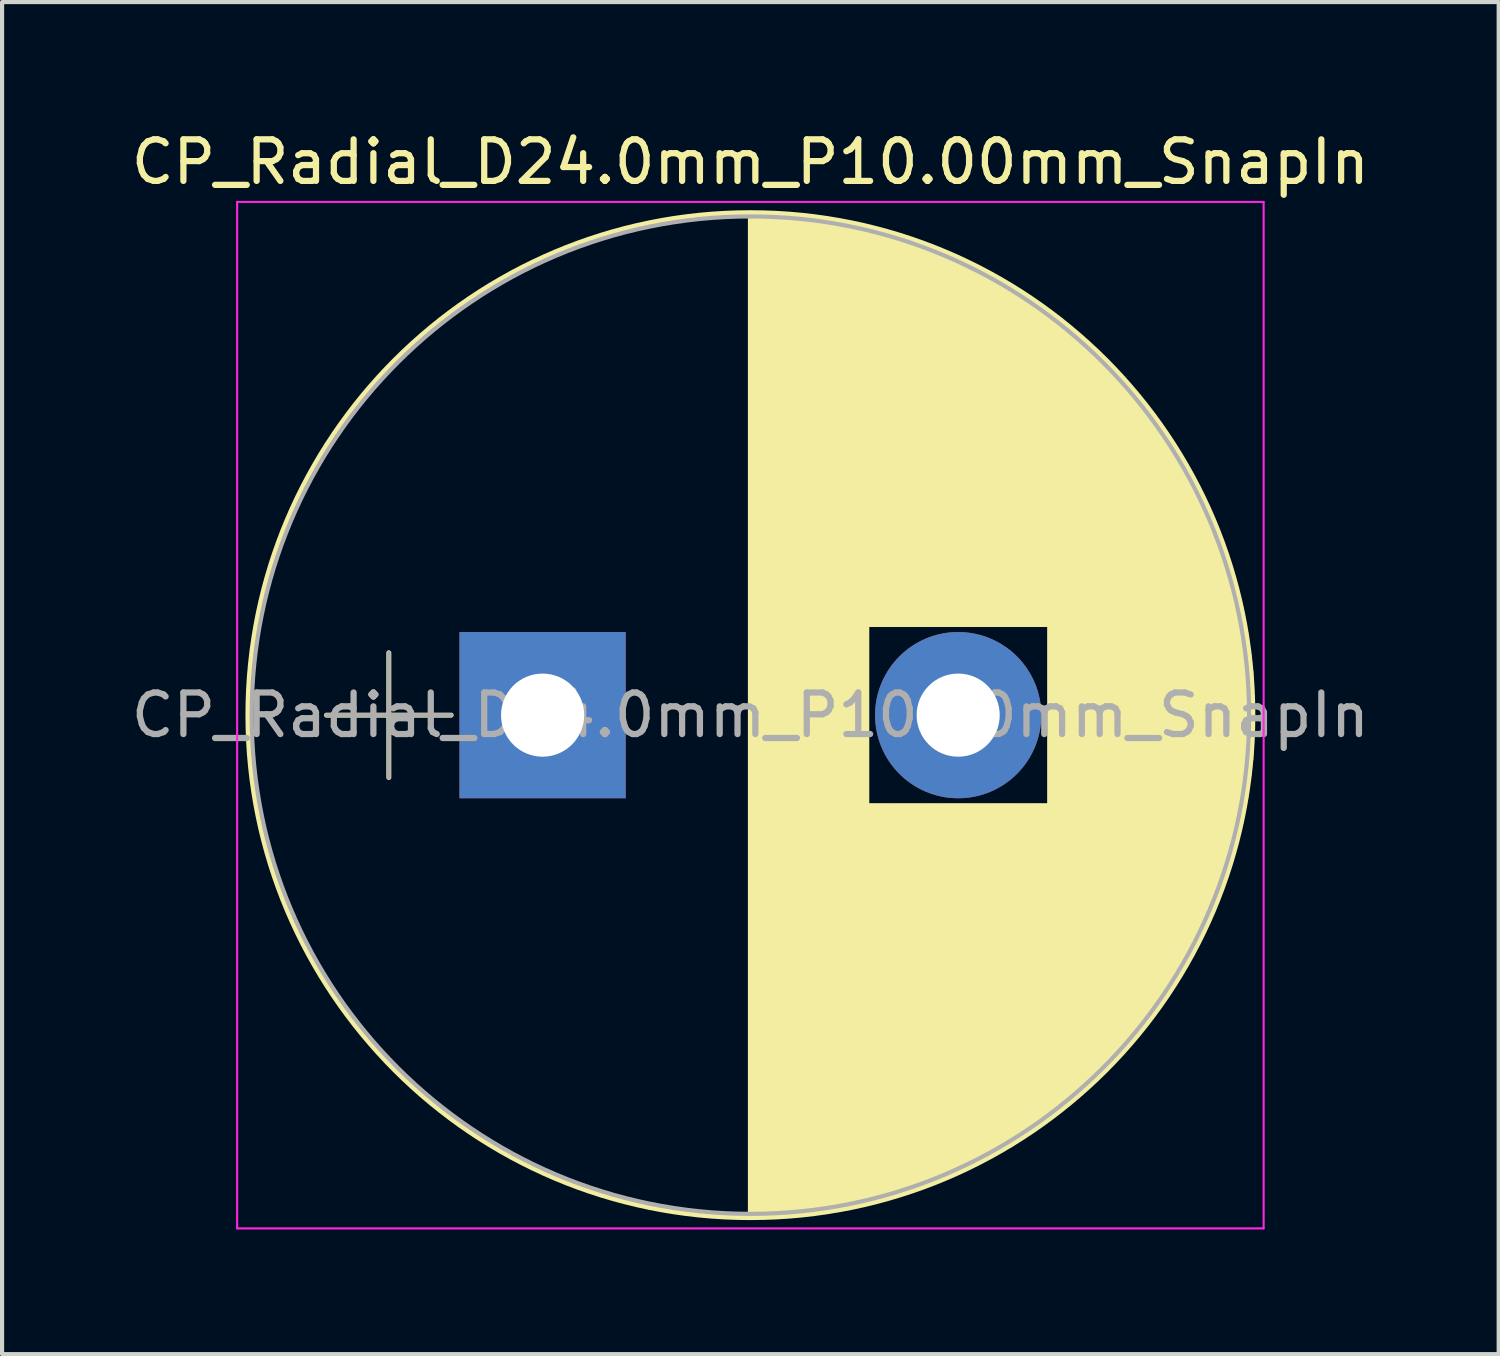
<source format=kicad_pcb>
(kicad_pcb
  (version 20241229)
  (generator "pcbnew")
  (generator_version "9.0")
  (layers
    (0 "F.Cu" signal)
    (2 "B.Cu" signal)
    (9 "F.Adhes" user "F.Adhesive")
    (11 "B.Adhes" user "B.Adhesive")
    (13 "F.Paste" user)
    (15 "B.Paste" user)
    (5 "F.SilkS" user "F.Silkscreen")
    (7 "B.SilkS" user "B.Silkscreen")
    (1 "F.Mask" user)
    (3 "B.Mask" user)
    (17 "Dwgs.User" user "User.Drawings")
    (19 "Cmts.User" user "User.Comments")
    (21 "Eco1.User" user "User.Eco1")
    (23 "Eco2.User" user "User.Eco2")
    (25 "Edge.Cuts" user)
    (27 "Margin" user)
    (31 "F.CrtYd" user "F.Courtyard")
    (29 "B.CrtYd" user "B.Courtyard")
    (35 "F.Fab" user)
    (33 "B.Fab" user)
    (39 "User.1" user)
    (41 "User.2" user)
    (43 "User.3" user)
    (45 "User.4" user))
  (footprint "CP_Radial_D24.0mm_P10.00mm_SnapIn"
    (layer "F.Cu")
    (at 10.006 14.158)
    (property "Reference" "CP_Radial_D24.0mm_P10.00mm_SnapIn" (at 5 -13.31 0) (layer "F.SilkS") (effects (font (size 1 1) (thickness 0.15))))
    (attr through_hole)
    (fp_line (start -5.2 0) (end -2.2 0) (stroke (width 0.12) (type solid)) (layer "F.SilkS"))
    (fp_line (start -3.7 -1.5) (end -3.7 1.5) (stroke (width 0.12) (type solid)) (layer "F.SilkS"))
    (fp_line (start 5 -12.05) (end 5 12.05) (stroke (width 0.12) (type solid)) (layer "F.SilkS"))
    (fp_line (start 5.04 -12.05) (end 5.04 12.05) (stroke (width 0.12) (type solid)) (layer "F.SilkS"))
    (fp_line (start 5.08 -12.05) (end 5.08 12.05) (stroke (width 0.12) (type solid)) (layer "F.SilkS"))
    (fp_line (start 5.12 -12.05) (end 5.12 12.05) (stroke (width 0.12) (type solid)) (layer "F.SilkS"))
    (fp_line (start 5.16 -12.049) (end 5.16 12.049) (stroke (width 0.12) (type solid)) (layer "F.SilkS"))
    (fp_line (start 5.2 -12.049) (end 5.2 12.049) (stroke (width 0.12) (type solid)) (layer "F.SilkS"))
    (fp_line (start 5.24 -12.048) (end 5.24 12.048) (stroke (width 0.12) (type solid)) (layer "F.SilkS"))
    (fp_line (start 5.28 -12.047) (end 5.28 12.047) (stroke (width 0.12) (type solid)) (layer "F.SilkS"))
    (fp_line (start 5.32 -12.046) (end 5.32 12.046) (stroke (width 0.12) (type solid)) (layer "F.SilkS"))
    (fp_line (start 5.36 -12.045) (end 5.36 12.045) (stroke (width 0.12) (type solid)) (layer "F.SilkS"))
    (fp_line (start 5.4 -12.044) (end 5.4 12.044) (stroke (width 0.12) (type solid)) (layer "F.SilkS"))
    (fp_line (start 5.44 -12.042) (end 5.44 12.042) (stroke (width 0.12) (type solid)) (layer "F.SilkS"))
    (fp_line (start 5.48 -12.041) (end 5.48 12.041) (stroke (width 0.12) (type solid)) (layer "F.SilkS"))
    (fp_line (start 5.52 -12.039) (end 5.52 12.039) (stroke (width 0.12) (type solid)) (layer "F.SilkS"))
    (fp_line (start 5.56 -12.038) (end 5.56 12.038) (stroke (width 0.12) (type solid)) (layer "F.SilkS"))
    (fp_line (start 5.6 -12.036) (end 5.6 12.036) (stroke (width 0.12) (type solid)) (layer "F.SilkS"))
    (fp_line (start 5.64 -12.034) (end 5.64 12.034) (stroke (width 0.12) (type solid)) (layer "F.SilkS"))
    (fp_line (start 5.68 -12.031) (end 5.68 12.031) (stroke (width 0.12) (type solid)) (layer "F.SilkS"))
    (fp_line (start 5.721 -12.029) (end 5.721 12.029) (stroke (width 0.12) (type solid)) (layer "F.SilkS"))
    (fp_line (start 5.761 -12.027) (end 5.761 12.027) (stroke (width 0.12) (type solid)) (layer "F.SilkS"))
    (fp_line (start 5.801 -12.024) (end 5.801 12.024) (stroke (width 0.12) (type solid)) (layer "F.SilkS"))
    (fp_line (start 5.841 -12.021) (end 5.841 12.021) (stroke (width 0.12) (type solid)) (layer "F.SilkS"))
    (fp_line (start 5.881 -12.018) (end 5.881 12.018) (stroke (width 0.12) (type solid)) (layer "F.SilkS"))
    (fp_line (start 5.921 -12.015) (end 5.921 12.015) (stroke (width 0.12) (type solid)) (layer "F.SilkS"))
    (fp_line (start 5.961 -12.012) (end 5.961 12.012) (stroke (width 0.12) (type solid)) (layer "F.SilkS"))
    (fp_line (start 6.001 -12.009) (end 6.001 12.009) (stroke (width 0.12) (type solid)) (layer "F.SilkS"))
    (fp_line (start 6.041 -12.006) (end 6.041 12.006) (stroke (width 0.12) (type solid)) (layer "F.SilkS"))
    (fp_line (start 6.081 -12.002) (end 6.081 12.002) (stroke (width 0.12) (type solid)) (layer "F.SilkS"))
    (fp_line (start 6.121 -11.999) (end 6.121 11.999) (stroke (width 0.12) (type solid)) (layer "F.SilkS"))
    (fp_line (start 6.161 -11.995) (end 6.161 11.995) (stroke (width 0.12) (type solid)) (layer "F.SilkS"))
    (fp_line (start 6.201 -11.991) (end 6.201 11.991) (stroke (width 0.12) (type solid)) (layer "F.SilkS"))
    (fp_line (start 6.241 -11.987) (end 6.241 11.987) (stroke (width 0.12) (type solid)) (layer "F.SilkS"))
    (fp_line (start 6.281 -11.983) (end 6.281 11.983) (stroke (width 0.12) (type solid)) (layer "F.SilkS"))
    (fp_line (start 6.321 -11.978) (end 6.321 11.978) (stroke (width 0.12) (type solid)) (layer "F.SilkS"))
    (fp_line (start 6.361 -11.974) (end 6.361 11.974) (stroke (width 0.12) (type solid)) (layer "F.SilkS"))
    (fp_line (start 6.401 -11.969) (end 6.401 11.969) (stroke (width 0.12) (type solid)) (layer "F.SilkS"))
    (fp_line (start 6.441 -11.964) (end 6.441 11.964) (stroke (width 0.12) (type solid)) (layer "F.SilkS"))
    (fp_line (start 6.481 -11.96) (end 6.481 11.96) (stroke (width 0.12) (type solid)) (layer "F.SilkS"))
    (fp_line (start 6.521 -11.955) (end 6.521 11.955) (stroke (width 0.12) (type solid)) (layer "F.SilkS"))
    (fp_line (start 6.561 -11.949) (end 6.561 11.949) (stroke (width 0.12) (type solid)) (layer "F.SilkS"))
    (fp_line (start 6.601 -11.944) (end 6.601 11.944) (stroke (width 0.12) (type solid)) (layer "F.SilkS"))
    (fp_line (start 6.641 -11.939) (end 6.641 11.939) (stroke (width 0.12) (type solid)) (layer "F.SilkS"))
    (fp_line (start 6.681 -11.933) (end 6.681 11.933) (stroke (width 0.12) (type solid)) (layer "F.SilkS"))
    (fp_line (start 6.721 -11.928) (end 6.721 11.928) (stroke (width 0.12) (type solid)) (layer "F.SilkS"))
    (fp_line (start 6.761 -11.922) (end 6.761 11.922) (stroke (width 0.12) (type solid)) (layer "F.SilkS"))
    (fp_line (start 6.801 -11.916) (end 6.801 11.916) (stroke (width 0.12) (type solid)) (layer "F.SilkS"))
    (fp_line (start 6.841 -11.91) (end 6.841 11.91) (stroke (width 0.12) (type solid)) (layer "F.SilkS"))
    (fp_line (start 6.881 -11.903) (end 6.881 11.903) (stroke (width 0.12) (type solid)) (layer "F.SilkS"))
    (fp_line (start 6.921 -11.897) (end 6.921 11.897) (stroke (width 0.12) (type solid)) (layer "F.SilkS"))
    (fp_line (start 6.961 -11.891) (end 6.961 11.891) (stroke (width 0.12) (type solid)) (layer "F.SilkS"))
    (fp_line (start 7.001 -11.884) (end 7.001 11.884) (stroke (width 0.12) (type solid)) (layer "F.SilkS"))
    (fp_line (start 7.041 -11.877) (end 7.041 11.877) (stroke (width 0.12) (type solid)) (layer "F.SilkS"))
    (fp_line (start 7.081 -11.87) (end 7.081 11.87) (stroke (width 0.12) (type solid)) (layer "F.SilkS"))
    (fp_line (start 7.121 -11.863) (end 7.121 11.863) (stroke (width 0.12) (type solid)) (layer "F.SilkS"))
    (fp_line (start 7.161 -11.856) (end 7.161 11.856) (stroke (width 0.12) (type solid)) (layer "F.SilkS"))
    (fp_line (start 7.201 -11.849) (end 7.201 11.849) (stroke (width 0.12) (type solid)) (layer "F.SilkS"))
    (fp_line (start 7.241 -11.841) (end 7.241 11.841) (stroke (width 0.12) (type solid)) (layer "F.SilkS"))
    (fp_line (start 7.281 -11.834) (end 7.281 11.834) (stroke (width 0.12) (type solid)) (layer "F.SilkS"))
    (fp_line (start 7.321 -11.826) (end 7.321 11.826) (stroke (width 0.12) (type solid)) (layer "F.SilkS"))
    (fp_line (start 7.361 -11.818) (end 7.361 11.818) (stroke (width 0.12) (type solid)) (layer "F.SilkS"))
    (fp_line (start 7.401 -11.81) (end 7.401 11.81) (stroke (width 0.12) (type solid)) (layer "F.SilkS"))
    (fp_line (start 7.441 -11.802) (end 7.441 11.802) (stroke (width 0.12) (type solid)) (layer "F.SilkS"))
    (fp_line (start 7.481 -11.793) (end 7.481 11.793) (stroke (width 0.12) (type solid)) (layer "F.SilkS"))
    (fp_line (start 7.521 -11.785) (end 7.521 11.785) (stroke (width 0.12) (type solid)) (layer "F.SilkS"))
    (fp_line (start 7.561 -11.776) (end 7.561 11.776) (stroke (width 0.12) (type solid)) (layer "F.SilkS"))
    (fp_line (start 7.601 -11.768) (end 7.601 11.768) (stroke (width 0.12) (type solid)) (layer "F.SilkS"))
    (fp_line (start 7.641 -11.759) (end 7.641 11.759) (stroke (width 0.12) (type solid)) (layer "F.SilkS"))
    (fp_line (start 7.681 -11.75) (end 7.681 11.75) (stroke (width 0.12) (type solid)) (layer "F.SilkS"))
    (fp_line (start 7.721 -11.741) (end 7.721 11.741) (stroke (width 0.12) (type solid)) (layer "F.SilkS"))
    (fp_line (start 7.761 -11.731) (end 7.761 11.731) (stroke (width 0.12) (type solid)) (layer "F.SilkS"))
    (fp_line (start 7.801 -11.722) (end 7.801 11.722) (stroke (width 0.12) (type solid)) (layer "F.SilkS"))
    (fp_line (start 7.841 -11.712) (end 7.841 -2.18) (stroke (width 0.12) (type solid)) (layer "F.SilkS"))
    (fp_line (start 7.841 2.18) (end 7.841 11.712) (stroke (width 0.12) (type solid)) (layer "F.SilkS"))
    (fp_line (start 7.881 -11.702) (end 7.881 -2.18) (stroke (width 0.12) (type solid)) (layer "F.SilkS"))
    (fp_line (start 7.881 2.18) (end 7.881 11.702) (stroke (width 0.12) (type solid)) (layer "F.SilkS"))
    (fp_line (start 7.921 -11.693) (end 7.921 -2.18) (stroke (width 0.12) (type solid)) (layer "F.SilkS"))
    (fp_line (start 7.921 2.18) (end 7.921 11.693) (stroke (width 0.12) (type solid)) (layer "F.SilkS"))
    (fp_line (start 7.961 -11.683) (end 7.961 -2.18) (stroke (width 0.12) (type solid)) (layer "F.SilkS"))
    (fp_line (start 7.961 2.18) (end 7.961 11.683) (stroke (width 0.12) (type solid)) (layer "F.SilkS"))
    (fp_line (start 8.001 -11.672) (end 8.001 -2.18) (stroke (width 0.12) (type solid)) (layer "F.SilkS"))
    (fp_line (start 8.001 2.18) (end 8.001 11.672) (stroke (width 0.12) (type solid)) (layer "F.SilkS"))
    (fp_line (start 8.041 -11.662) (end 8.041 -2.18) (stroke (width 0.12) (type solid)) (layer "F.SilkS"))
    (fp_line (start 8.041 2.18) (end 8.041 11.662) (stroke (width 0.12) (type solid)) (layer "F.SilkS"))
    (fp_line (start 8.081 -11.652) (end 8.081 -2.18) (stroke (width 0.12) (type solid)) (layer "F.SilkS"))
    (fp_line (start 8.081 2.18) (end 8.081 11.652) (stroke (width 0.12) (type solid)) (layer "F.SilkS"))
    (fp_line (start 8.121 -11.641) (end 8.121 -2.18) (stroke (width 0.12) (type solid)) (layer "F.SilkS"))
    (fp_line (start 8.121 2.18) (end 8.121 11.641) (stroke (width 0.12) (type solid)) (layer "F.SilkS"))
    (fp_line (start 8.161 -11.63) (end 8.161 -2.18) (stroke (width 0.12) (type solid)) (layer "F.SilkS"))
    (fp_line (start 8.161 2.18) (end 8.161 11.63) (stroke (width 0.12) (type solid)) (layer "F.SilkS"))
    (fp_line (start 8.201 -11.619) (end 8.201 -2.18) (stroke (width 0.12) (type solid)) (layer "F.SilkS"))
    (fp_line (start 8.201 2.18) (end 8.201 11.619) (stroke (width 0.12) (type solid)) (layer "F.SilkS"))
    (fp_line (start 8.241 -11.608) (end 8.241 -2.18) (stroke (width 0.12) (type solid)) (layer "F.SilkS"))
    (fp_line (start 8.241 2.18) (end 8.241 11.608) (stroke (width 0.12) (type solid)) (layer "F.SilkS"))
    (fp_line (start 8.281 -11.597) (end 8.281 -2.18) (stroke (width 0.12) (type solid)) (layer "F.SilkS"))
    (fp_line (start 8.281 2.18) (end 8.281 11.597) (stroke (width 0.12) (type solid)) (layer "F.SilkS"))
    (fp_line (start 8.321 -11.586) (end 8.321 -2.18) (stroke (width 0.12) (type solid)) (layer "F.SilkS"))
    (fp_line (start 8.321 2.18) (end 8.321 11.586) (stroke (width 0.12) (type solid)) (layer "F.SilkS"))
    (fp_line (start 8.361 -11.574) (end 8.361 -2.18) (stroke (width 0.12) (type solid)) (layer "F.SilkS"))
    (fp_line (start 8.361 2.18) (end 8.361 11.574) (stroke (width 0.12) (type solid)) (layer "F.SilkS"))
    (fp_line (start 8.401 -11.563) (end 8.401 -2.18) (stroke (width 0.12) (type solid)) (layer "F.SilkS"))
    (fp_line (start 8.401 2.18) (end 8.401 11.563) (stroke (width 0.12) (type solid)) (layer "F.SilkS"))
    (fp_line (start 8.441 -11.551) (end 8.441 -2.18) (stroke (width 0.12) (type solid)) (layer "F.SilkS"))
    (fp_line (start 8.441 2.18) (end 8.441 11.551) (stroke (width 0.12) (type solid)) (layer "F.SilkS"))
    (fp_line (start 8.481 -11.539) (end 8.481 -2.18) (stroke (width 0.12) (type solid)) (layer "F.SilkS"))
    (fp_line (start 8.481 2.18) (end 8.481 11.539) (stroke (width 0.12) (type solid)) (layer "F.SilkS"))
    (fp_line (start 8.521 -11.527) (end 8.521 -2.18) (stroke (width 0.12) (type solid)) (layer "F.SilkS"))
    (fp_line (start 8.521 2.18) (end 8.521 11.527) (stroke (width 0.12) (type solid)) (layer "F.SilkS"))
    (fp_line (start 8.561 -11.514) (end 8.561 -2.18) (stroke (width 0.12) (type solid)) (layer "F.SilkS"))
    (fp_line (start 8.561 2.18) (end 8.561 11.514) (stroke (width 0.12) (type solid)) (layer "F.SilkS"))
    (fp_line (start 8.601 -11.502) (end 8.601 -2.18) (stroke (width 0.12) (type solid)) (layer "F.SilkS"))
    (fp_line (start 8.601 2.18) (end 8.601 11.502) (stroke (width 0.12) (type solid)) (layer "F.SilkS"))
    (fp_line (start 8.641 -11.49) (end 8.641 -2.18) (stroke (width 0.12) (type solid)) (layer "F.SilkS"))
    (fp_line (start 8.641 2.18) (end 8.641 11.49) (stroke (width 0.12) (type solid)) (layer "F.SilkS"))
    (fp_line (start 8.681 -11.477) (end 8.681 -2.18) (stroke (width 0.12) (type solid)) (layer "F.SilkS"))
    (fp_line (start 8.681 2.18) (end 8.681 11.477) (stroke (width 0.12) (type solid)) (layer "F.SilkS"))
    (fp_line (start 8.721 -11.464) (end 8.721 -2.18) (stroke (width 0.12) (type solid)) (layer "F.SilkS"))
    (fp_line (start 8.721 2.18) (end 8.721 11.464) (stroke (width 0.12) (type solid)) (layer "F.SilkS"))
    (fp_line (start 8.761 -11.451) (end 8.761 -2.18) (stroke (width 0.12) (type solid)) (layer "F.SilkS"))
    (fp_line (start 8.761 2.18) (end 8.761 11.451) (stroke (width 0.12) (type solid)) (layer "F.SilkS"))
    (fp_line (start 8.801 -11.438) (end 8.801 -2.18) (stroke (width 0.12) (type solid)) (layer "F.SilkS"))
    (fp_line (start 8.801 2.18) (end 8.801 11.438) (stroke (width 0.12) (type solid)) (layer "F.SilkS"))
    (fp_line (start 8.841 -11.424) (end 8.841 -2.18) (stroke (width 0.12) (type solid)) (layer "F.SilkS"))
    (fp_line (start 8.841 2.18) (end 8.841 11.424) (stroke (width 0.12) (type solid)) (layer "F.SilkS"))
    (fp_line (start 8.881 -11.411) (end 8.881 -2.18) (stroke (width 0.12) (type solid)) (layer "F.SilkS"))
    (fp_line (start 8.881 2.18) (end 8.881 11.411) (stroke (width 0.12) (type solid)) (layer "F.SilkS"))
    (fp_line (start 8.921 -11.397) (end 8.921 -2.18) (stroke (width 0.12) (type solid)) (layer "F.SilkS"))
    (fp_line (start 8.921 2.18) (end 8.921 11.397) (stroke (width 0.12) (type solid)) (layer "F.SilkS"))
    (fp_line (start 8.961 -11.384) (end 8.961 -2.18) (stroke (width 0.12) (type solid)) (layer "F.SilkS"))
    (fp_line (start 8.961 2.18) (end 8.961 11.384) (stroke (width 0.12) (type solid)) (layer "F.SilkS"))
    (fp_line (start 9.001 -11.37) (end 9.001 -2.18) (stroke (width 0.12) (type solid)) (layer "F.SilkS"))
    (fp_line (start 9.001 2.18) (end 9.001 11.37) (stroke (width 0.12) (type solid)) (layer "F.SilkS"))
    (fp_line (start 9.041 -11.356) (end 9.041 -2.18) (stroke (width 0.12) (type solid)) (layer "F.SilkS"))
    (fp_line (start 9.041 2.18) (end 9.041 11.356) (stroke (width 0.12) (type solid)) (layer "F.SilkS"))
    (fp_line (start 9.081 -11.341) (end 9.081 -2.18) (stroke (width 0.12) (type solid)) (layer "F.SilkS"))
    (fp_line (start 9.081 2.18) (end 9.081 11.341) (stroke (width 0.12) (type solid)) (layer "F.SilkS"))
    (fp_line (start 9.121 -11.327) (end 9.121 -2.18) (stroke (width 0.12) (type solid)) (layer "F.SilkS"))
    (fp_line (start 9.121 2.18) (end 9.121 11.327) (stroke (width 0.12) (type solid)) (layer "F.SilkS"))
    (fp_line (start 9.161 -11.312) (end 9.161 -2.18) (stroke (width 0.12) (type solid)) (layer "F.SilkS"))
    (fp_line (start 9.161 2.18) (end 9.161 11.312) (stroke (width 0.12) (type solid)) (layer "F.SilkS"))
    (fp_line (start 9.201 -11.298) (end 9.201 -2.18) (stroke (width 0.12) (type solid)) (layer "F.SilkS"))
    (fp_line (start 9.201 2.18) (end 9.201 11.298) (stroke (width 0.12) (type solid)) (layer "F.SilkS"))
    (fp_line (start 9.241 -11.283) (end 9.241 -2.18) (stroke (width 0.12) (type solid)) (layer "F.SilkS"))
    (fp_line (start 9.241 2.18) (end 9.241 11.283) (stroke (width 0.12) (type solid)) (layer "F.SilkS"))
    (fp_line (start 9.281 -11.268) (end 9.281 -2.18) (stroke (width 0.12) (type solid)) (layer "F.SilkS"))
    (fp_line (start 9.281 2.18) (end 9.281 11.268) (stroke (width 0.12) (type solid)) (layer "F.SilkS"))
    (fp_line (start 9.321 -11.252) (end 9.321 -2.18) (stroke (width 0.12) (type solid)) (layer "F.SilkS"))
    (fp_line (start 9.321 2.18) (end 9.321 11.252) (stroke (width 0.12) (type solid)) (layer "F.SilkS"))
    (fp_line (start 9.361 -11.237) (end 9.361 -2.18) (stroke (width 0.12) (type solid)) (layer "F.SilkS"))
    (fp_line (start 9.361 2.18) (end 9.361 11.237) (stroke (width 0.12) (type solid)) (layer "F.SilkS"))
    (fp_line (start 9.401 -11.221) (end 9.401 -2.18) (stroke (width 0.12) (type solid)) (layer "F.SilkS"))
    (fp_line (start 9.401 2.18) (end 9.401 11.221) (stroke (width 0.12) (type solid)) (layer "F.SilkS"))
    (fp_line (start 9.441 -11.206) (end 9.441 -2.18) (stroke (width 0.12) (type solid)) (layer "F.SilkS"))
    (fp_line (start 9.441 2.18) (end 9.441 11.206) (stroke (width 0.12) (type solid)) (layer "F.SilkS"))
    (fp_line (start 9.481 -11.19) (end 9.481 -2.18) (stroke (width 0.12) (type solid)) (layer "F.SilkS"))
    (fp_line (start 9.481 2.18) (end 9.481 11.19) (stroke (width 0.12) (type solid)) (layer "F.SilkS"))
    (fp_line (start 9.521 -11.174) (end 9.521 -2.18) (stroke (width 0.12) (type solid)) (layer "F.SilkS"))
    (fp_line (start 9.521 2.18) (end 9.521 11.174) (stroke (width 0.12) (type solid)) (layer "F.SilkS"))
    (fp_line (start 9.561 -11.158) (end 9.561 -2.18) (stroke (width 0.12) (type solid)) (layer "F.SilkS"))
    (fp_line (start 9.561 2.18) (end 9.561 11.158) (stroke (width 0.12) (type solid)) (layer "F.SilkS"))
    (fp_line (start 9.601 -11.141) (end 9.601 -2.18) (stroke (width 0.12) (type solid)) (layer "F.SilkS"))
    (fp_line (start 9.601 2.18) (end 9.601 11.141) (stroke (width 0.12) (type solid)) (layer "F.SilkS"))
    (fp_line (start 9.641 -11.125) (end 9.641 -2.18) (stroke (width 0.12) (type solid)) (layer "F.SilkS"))
    (fp_line (start 9.641 2.18) (end 9.641 11.125) (stroke (width 0.12) (type solid)) (layer "F.SilkS"))
    (fp_line (start 9.681 -11.108) (end 9.681 -2.18) (stroke (width 0.12) (type solid)) (layer "F.SilkS"))
    (fp_line (start 9.681 2.18) (end 9.681 11.108) (stroke (width 0.12) (type solid)) (layer "F.SilkS"))
    (fp_line (start 9.721 -11.091) (end 9.721 -2.18) (stroke (width 0.12) (type solid)) (layer "F.SilkS"))
    (fp_line (start 9.721 2.18) (end 9.721 11.091) (stroke (width 0.12) (type solid)) (layer "F.SilkS"))
    (fp_line (start 9.761 -11.074) (end 9.761 -2.18) (stroke (width 0.12) (type solid)) (layer "F.SilkS"))
    (fp_line (start 9.761 2.18) (end 9.761 11.074) (stroke (width 0.12) (type solid)) (layer "F.SilkS"))
    (fp_line (start 9.801 -11.057) (end 9.801 -2.18) (stroke (width 0.12) (type solid)) (layer "F.SilkS"))
    (fp_line (start 9.801 2.18) (end 9.801 11.057) (stroke (width 0.12) (type solid)) (layer "F.SilkS"))
    (fp_line (start 9.841 -11.039) (end 9.841 -2.18) (stroke (width 0.12) (type solid)) (layer "F.SilkS"))
    (fp_line (start 9.841 2.18) (end 9.841 11.039) (stroke (width 0.12) (type solid)) (layer "F.SilkS"))
    (fp_line (start 9.881 -11.022) (end 9.881 -2.18) (stroke (width 0.12) (type solid)) (layer "F.SilkS"))
    (fp_line (start 9.881 2.18) (end 9.881 11.022) (stroke (width 0.12) (type solid)) (layer "F.SilkS"))
    (fp_line (start 9.921 -11.004) (end 9.921 -2.18) (stroke (width 0.12) (type solid)) (layer "F.SilkS"))
    (fp_line (start 9.921 2.18) (end 9.921 11.004) (stroke (width 0.12) (type solid)) (layer "F.SilkS"))
    (fp_line (start 9.961 -10.986) (end 9.961 -2.18) (stroke (width 0.12) (type solid)) (layer "F.SilkS"))
    (fp_line (start 9.961 2.18) (end 9.961 10.986) (stroke (width 0.12) (type solid)) (layer "F.SilkS"))
    (fp_line (start 10.001 -10.968) (end 10.001 -2.18) (stroke (width 0.12) (type solid)) (layer "F.SilkS"))
    (fp_line (start 10.001 2.18) (end 10.001 10.968) (stroke (width 0.12) (type solid)) (layer "F.SilkS"))
    (fp_line (start 10.041 -10.95) (end 10.041 -2.18) (stroke (width 0.12) (type solid)) (layer "F.SilkS"))
    (fp_line (start 10.041 2.18) (end 10.041 10.95) (stroke (width 0.12) (type solid)) (layer "F.SilkS"))
    (fp_line (start 10.081 -10.931) (end 10.081 -2.18) (stroke (width 0.12) (type solid)) (layer "F.SilkS"))
    (fp_line (start 10.081 2.18) (end 10.081 10.931) (stroke (width 0.12) (type solid)) (layer "F.SilkS"))
    (fp_line (start 10.121 -10.913) (end 10.121 -2.18) (stroke (width 0.12) (type solid)) (layer "F.SilkS"))
    (fp_line (start 10.121 2.18) (end 10.121 10.913) (stroke (width 0.12) (type solid)) (layer "F.SilkS"))
    (fp_line (start 10.161 -10.894) (end 10.161 -2.18) (stroke (width 0.12) (type solid)) (layer "F.SilkS"))
    (fp_line (start 10.161 2.18) (end 10.161 10.894) (stroke (width 0.12) (type solid)) (layer "F.SilkS"))
    (fp_line (start 10.201 -10.875) (end 10.201 -2.18) (stroke (width 0.12) (type solid)) (layer "F.SilkS"))
    (fp_line (start 10.201 2.18) (end 10.201 10.875) (stroke (width 0.12) (type solid)) (layer "F.SilkS"))
    (fp_line (start 10.241 -10.856) (end 10.241 -2.18) (stroke (width 0.12) (type solid)) (layer "F.SilkS"))
    (fp_line (start 10.241 2.18) (end 10.241 10.856) (stroke (width 0.12) (type solid)) (layer "F.SilkS"))
    (fp_line (start 10.281 -10.837) (end 10.281 -2.18) (stroke (width 0.12) (type solid)) (layer "F.SilkS"))
    (fp_line (start 10.281 2.18) (end 10.281 10.837) (stroke (width 0.12) (type solid)) (layer "F.SilkS"))
    (fp_line (start 10.321 -10.817) (end 10.321 -2.18) (stroke (width 0.12) (type solid)) (layer "F.SilkS"))
    (fp_line (start 10.321 2.18) (end 10.321 10.817) (stroke (width 0.12) (type solid)) (layer "F.SilkS"))
    (fp_line (start 10.361 -10.797) (end 10.361 -2.18) (stroke (width 0.12) (type solid)) (layer "F.SilkS"))
    (fp_line (start 10.361 2.18) (end 10.361 10.797) (stroke (width 0.12) (type solid)) (layer "F.SilkS"))
    (fp_line (start 10.401 -10.778) (end 10.401 -2.18) (stroke (width 0.12) (type solid)) (layer "F.SilkS"))
    (fp_line (start 10.401 2.18) (end 10.401 10.778) (stroke (width 0.12) (type solid)) (layer "F.SilkS"))
    (fp_line (start 10.441 -10.757) (end 10.441 -2.18) (stroke (width 0.12) (type solid)) (layer "F.SilkS"))
    (fp_line (start 10.441 2.18) (end 10.441 10.757) (stroke (width 0.12) (type solid)) (layer "F.SilkS"))
    (fp_line (start 10.481 -10.737) (end 10.481 -2.18) (stroke (width 0.12) (type solid)) (layer "F.SilkS"))
    (fp_line (start 10.481 2.18) (end 10.481 10.737) (stroke (width 0.12) (type solid)) (layer "F.SilkS"))
    (fp_line (start 10.521 -10.717) (end 10.521 -2.18) (stroke (width 0.12) (type solid)) (layer "F.SilkS"))
    (fp_line (start 10.521 2.18) (end 10.521 10.717) (stroke (width 0.12) (type solid)) (layer "F.SilkS"))
    (fp_line (start 10.561 -10.696) (end 10.561 -2.18) (stroke (width 0.12) (type solid)) (layer "F.SilkS"))
    (fp_line (start 10.561 2.18) (end 10.561 10.696) (stroke (width 0.12) (type solid)) (layer "F.SilkS"))
    (fp_line (start 10.601 -10.675) (end 10.601 -2.18) (stroke (width 0.12) (type solid)) (layer "F.SilkS"))
    (fp_line (start 10.601 2.18) (end 10.601 10.675) (stroke (width 0.12) (type solid)) (layer "F.SilkS"))
    (fp_line (start 10.641 -10.654) (end 10.641 -2.18) (stroke (width 0.12) (type solid)) (layer "F.SilkS"))
    (fp_line (start 10.641 2.18) (end 10.641 10.654) (stroke (width 0.12) (type solid)) (layer "F.SilkS"))
    (fp_line (start 10.681 -10.633) (end 10.681 -2.18) (stroke (width 0.12) (type solid)) (layer "F.SilkS"))
    (fp_line (start 10.681 2.18) (end 10.681 10.633) (stroke (width 0.12) (type solid)) (layer "F.SilkS"))
    (fp_line (start 10.721 -10.612) (end 10.721 -2.18) (stroke (width 0.12) (type solid)) (layer "F.SilkS"))
    (fp_line (start 10.721 2.18) (end 10.721 10.612) (stroke (width 0.12) (type solid)) (layer "F.SilkS"))
    (fp_line (start 10.761 -10.59) (end 10.761 -2.18) (stroke (width 0.12) (type solid)) (layer "F.SilkS"))
    (fp_line (start 10.761 2.18) (end 10.761 10.59) (stroke (width 0.12) (type solid)) (layer "F.SilkS"))
    (fp_line (start 10.801 -10.568) (end 10.801 -2.18) (stroke (width 0.12) (type solid)) (layer "F.SilkS"))
    (fp_line (start 10.801 2.18) (end 10.801 10.568) (stroke (width 0.12) (type solid)) (layer "F.SilkS"))
    (fp_line (start 10.841 -10.546) (end 10.841 -2.18) (stroke (width 0.12) (type solid)) (layer "F.SilkS"))
    (fp_line (start 10.841 2.18) (end 10.841 10.546) (stroke (width 0.12) (type solid)) (layer "F.SilkS"))
    (fp_line (start 10.881 -10.524) (end 10.881 -2.18) (stroke (width 0.12) (type solid)) (layer "F.SilkS"))
    (fp_line (start 10.881 2.18) (end 10.881 10.524) (stroke (width 0.12) (type solid)) (layer "F.SilkS"))
    (fp_line (start 10.921 -10.502) (end 10.921 -2.18) (stroke (width 0.12) (type solid)) (layer "F.SilkS"))
    (fp_line (start 10.921 2.18) (end 10.921 10.502) (stroke (width 0.12) (type solid)) (layer "F.SilkS"))
    (fp_line (start 10.961 -10.479) (end 10.961 -2.18) (stroke (width 0.12) (type solid)) (layer "F.SilkS"))
    (fp_line (start 10.961 2.18) (end 10.961 10.479) (stroke (width 0.12) (type solid)) (layer "F.SilkS"))
    (fp_line (start 11.001 -10.457) (end 11.001 -2.18) (stroke (width 0.12) (type solid)) (layer "F.SilkS"))
    (fp_line (start 11.001 2.18) (end 11.001 10.457) (stroke (width 0.12) (type solid)) (layer "F.SilkS"))
    (fp_line (start 11.041 -10.434) (end 11.041 -2.18) (stroke (width 0.12) (type solid)) (layer "F.SilkS"))
    (fp_line (start 11.041 2.18) (end 11.041 10.434) (stroke (width 0.12) (type solid)) (layer "F.SilkS"))
    (fp_line (start 11.081 -10.41) (end 11.081 -2.18) (stroke (width 0.12) (type solid)) (layer "F.SilkS"))
    (fp_line (start 11.081 2.18) (end 11.081 10.41) (stroke (width 0.12) (type solid)) (layer "F.SilkS"))
    (fp_line (start 11.121 -10.387) (end 11.121 -2.18) (stroke (width 0.12) (type solid)) (layer "F.SilkS"))
    (fp_line (start 11.121 2.18) (end 11.121 10.387) (stroke (width 0.12) (type solid)) (layer "F.SilkS"))
    (fp_line (start 11.161 -10.364) (end 11.161 -2.18) (stroke (width 0.12) (type solid)) (layer "F.SilkS"))
    (fp_line (start 11.161 2.18) (end 11.161 10.364) (stroke (width 0.12) (type solid)) (layer "F.SilkS"))
    (fp_line (start 11.201 -10.34) (end 11.201 -2.18) (stroke (width 0.12) (type solid)) (layer "F.SilkS"))
    (fp_line (start 11.201 2.18) (end 11.201 10.34) (stroke (width 0.12) (type solid)) (layer "F.SilkS"))
    (fp_line (start 11.241 -10.316) (end 11.241 -2.18) (stroke (width 0.12) (type solid)) (layer "F.SilkS"))
    (fp_line (start 11.241 2.18) (end 11.241 10.316) (stroke (width 0.12) (type solid)) (layer "F.SilkS"))
    (fp_line (start 11.281 -10.292) (end 11.281 -2.18) (stroke (width 0.12) (type solid)) (layer "F.SilkS"))
    (fp_line (start 11.281 2.18) (end 11.281 10.292) (stroke (width 0.12) (type solid)) (layer "F.SilkS"))
    (fp_line (start 11.321 -10.267) (end 11.321 -2.18) (stroke (width 0.12) (type solid)) (layer "F.SilkS"))
    (fp_line (start 11.321 2.18) (end 11.321 10.267) (stroke (width 0.12) (type solid)) (layer "F.SilkS"))
    (fp_line (start 11.361 -10.242) (end 11.361 -2.18) (stroke (width 0.12) (type solid)) (layer "F.SilkS"))
    (fp_line (start 11.361 2.18) (end 11.361 10.242) (stroke (width 0.12) (type solid)) (layer "F.SilkS"))
    (fp_line (start 11.401 -10.218) (end 11.401 -2.18) (stroke (width 0.12) (type solid)) (layer "F.SilkS"))
    (fp_line (start 11.401 2.18) (end 11.401 10.218) (stroke (width 0.12) (type solid)) (layer "F.SilkS"))
    (fp_line (start 11.441 -10.193) (end 11.441 -2.18) (stroke (width 0.12) (type solid)) (layer "F.SilkS"))
    (fp_line (start 11.441 2.18) (end 11.441 10.193) (stroke (width 0.12) (type solid)) (layer "F.SilkS"))
    (fp_line (start 11.481 -10.167) (end 11.481 -2.18) (stroke (width 0.12) (type solid)) (layer "F.SilkS"))
    (fp_line (start 11.481 2.18) (end 11.481 10.167) (stroke (width 0.12) (type solid)) (layer "F.SilkS"))
    (fp_line (start 11.521 -10.142) (end 11.521 -2.18) (stroke (width 0.12) (type solid)) (layer "F.SilkS"))
    (fp_line (start 11.521 2.18) (end 11.521 10.142) (stroke (width 0.12) (type solid)) (layer "F.SilkS"))
    (fp_line (start 11.561 -10.116) (end 11.561 -2.18) (stroke (width 0.12) (type solid)) (layer "F.SilkS"))
    (fp_line (start 11.561 2.18) (end 11.561 10.116) (stroke (width 0.12) (type solid)) (layer "F.SilkS"))
    (fp_line (start 11.601 -10.09) (end 11.601 -2.18) (stroke (width 0.12) (type solid)) (layer "F.SilkS"))
    (fp_line (start 11.601 2.18) (end 11.601 10.09) (stroke (width 0.12) (type solid)) (layer "F.SilkS"))
    (fp_line (start 11.641 -10.064) (end 11.641 -2.18) (stroke (width 0.12) (type solid)) (layer "F.SilkS"))
    (fp_line (start 11.641 2.18) (end 11.641 10.064) (stroke (width 0.12) (type solid)) (layer "F.SilkS"))
    (fp_line (start 11.681 -10.037) (end 11.681 -2.18) (stroke (width 0.12) (type solid)) (layer "F.SilkS"))
    (fp_line (start 11.681 2.18) (end 11.681 10.037) (stroke (width 0.12) (type solid)) (layer "F.SilkS"))
    (fp_line (start 11.721 -10.011) (end 11.721 -2.18) (stroke (width 0.12) (type solid)) (layer "F.SilkS"))
    (fp_line (start 11.721 2.18) (end 11.721 10.011) (stroke (width 0.12) (type solid)) (layer "F.SilkS"))
    (fp_line (start 11.761 -9.984) (end 11.761 -2.18) (stroke (width 0.12) (type solid)) (layer "F.SilkS"))
    (fp_line (start 11.761 2.18) (end 11.761 9.984) (stroke (width 0.12) (type solid)) (layer "F.SilkS"))
    (fp_line (start 11.801 -9.957) (end 11.801 -2.18) (stroke (width 0.12) (type solid)) (layer "F.SilkS"))
    (fp_line (start 11.801 2.18) (end 11.801 9.957) (stroke (width 0.12) (type solid)) (layer "F.SilkS"))
    (fp_line (start 11.841 -9.93) (end 11.841 -2.18) (stroke (width 0.12) (type solid)) (layer "F.SilkS"))
    (fp_line (start 11.841 2.18) (end 11.841 9.93) (stroke (width 0.12) (type solid)) (layer "F.SilkS"))
    (fp_line (start 11.881 -9.902) (end 11.881 -2.18) (stroke (width 0.12) (type solid)) (layer "F.SilkS"))
    (fp_line (start 11.881 2.18) (end 11.881 9.902) (stroke (width 0.12) (type solid)) (layer "F.SilkS"))
    (fp_line (start 11.921 -9.874) (end 11.921 -2.18) (stroke (width 0.12) (type solid)) (layer "F.SilkS"))
    (fp_line (start 11.921 2.18) (end 11.921 9.874) (stroke (width 0.12) (type solid)) (layer "F.SilkS"))
    (fp_line (start 11.961 -9.846) (end 11.961 -2.18) (stroke (width 0.12) (type solid)) (layer "F.SilkS"))
    (fp_line (start 11.961 2.18) (end 11.961 9.846) (stroke (width 0.12) (type solid)) (layer "F.SilkS"))
    (fp_line (start 12.001 -9.818) (end 12.001 -2.18) (stroke (width 0.12) (type solid)) (layer "F.SilkS"))
    (fp_line (start 12.001 2.18) (end 12.001 9.818) (stroke (width 0.12) (type solid)) (layer "F.SilkS"))
    (fp_line (start 12.041 -9.789) (end 12.041 -2.18) (stroke (width 0.12) (type solid)) (layer "F.SilkS"))
    (fp_line (start 12.041 2.18) (end 12.041 9.789) (stroke (width 0.12) (type solid)) (layer "F.SilkS"))
    (fp_line (start 12.081 -9.761) (end 12.081 -2.18) (stroke (width 0.12) (type solid)) (layer "F.SilkS"))
    (fp_line (start 12.081 2.18) (end 12.081 9.761) (stroke (width 0.12) (type solid)) (layer "F.SilkS"))
    (fp_line (start 12.121 -9.732) (end 12.121 -2.18) (stroke (width 0.12) (type solid)) (layer "F.SilkS"))
    (fp_line (start 12.121 2.18) (end 12.121 9.732) (stroke (width 0.12) (type solid)) (layer "F.SilkS"))
    (fp_line (start 12.161 -9.702) (end 12.161 -2.18) (stroke (width 0.12) (type solid)) (layer "F.SilkS"))
    (fp_line (start 12.161 2.18) (end 12.161 9.702) (stroke (width 0.12) (type solid)) (layer "F.SilkS"))
    (fp_line (start 12.201 -9.673) (end 12.201 9.673) (stroke (width 0.12) (type solid)) (layer "F.SilkS"))
    (fp_line (start 12.241 -9.643) (end 12.241 9.643) (stroke (width 0.12) (type solid)) (layer "F.SilkS"))
    (fp_line (start 12.281 -9.613) (end 12.281 9.613) (stroke (width 0.12) (type solid)) (layer "F.SilkS"))
    (fp_line (start 12.321 -9.583) (end 12.321 9.583) (stroke (width 0.12) (type solid)) (layer "F.SilkS"))
    (fp_line (start 12.361 -9.552) (end 12.361 9.552) (stroke (width 0.12) (type solid)) (layer "F.SilkS"))
    (fp_line (start 12.401 -9.521) (end 12.401 9.521) (stroke (width 0.12) (type solid)) (layer "F.SilkS"))
    (fp_line (start 12.441 -9.49) (end 12.441 9.49) (stroke (width 0.12) (type solid)) (layer "F.SilkS"))
    (fp_line (start 12.481 -9.459) (end 12.481 9.459) (stroke (width 0.12) (type solid)) (layer "F.SilkS"))
    (fp_line (start 12.521 -9.427) (end 12.521 9.427) (stroke (width 0.12) (type solid)) (layer "F.SilkS"))
    (fp_line (start 12.561 -9.395) (end 12.561 9.395) (stroke (width 0.12) (type solid)) (layer "F.SilkS"))
    (fp_line (start 12.601 -9.363) (end 12.601 9.363) (stroke (width 0.12) (type solid)) (layer "F.SilkS"))
    (fp_line (start 12.641 -9.331) (end 12.641 9.331) (stroke (width 0.12) (type solid)) (layer "F.SilkS"))
    (fp_line (start 12.681 -9.298) (end 12.681 9.298) (stroke (width 0.12) (type solid)) (layer "F.SilkS"))
    (fp_line (start 12.721 -9.265) (end 12.721 9.265) (stroke (width 0.12) (type solid)) (layer "F.SilkS"))
    (fp_line (start 12.761 -9.231) (end 12.761 9.231) (stroke (width 0.12) (type solid)) (layer "F.SilkS"))
    (fp_line (start 12.801 -9.198) (end 12.801 9.198) (stroke (width 0.12) (type solid)) (layer "F.SilkS"))
    (fp_line (start 12.841 -9.164) (end 12.841 9.164) (stroke (width 0.12) (type solid)) (layer "F.SilkS"))
    (fp_line (start 12.881 -9.13) (end 12.881 9.13) (stroke (width 0.12) (type solid)) (layer "F.SilkS"))
    (fp_line (start 12.921 -9.095) (end 12.921 9.095) (stroke (width 0.12) (type solid)) (layer "F.SilkS"))
    (fp_line (start 12.961 -9.06) (end 12.961 9.06) (stroke (width 0.12) (type solid)) (layer "F.SilkS"))
    (fp_line (start 13.001 -9.025) (end 13.001 9.025) (stroke (width 0.12) (type solid)) (layer "F.SilkS"))
    (fp_line (start 13.041 -8.99) (end 13.041 8.99) (stroke (width 0.12) (type solid)) (layer "F.SilkS"))
    (fp_line (start 13.081 -8.954) (end 13.081 8.954) (stroke (width 0.12) (type solid)) (layer "F.SilkS"))
    (fp_line (start 13.121 -8.918) (end 13.121 8.918) (stroke (width 0.12) (type solid)) (layer "F.SilkS"))
    (fp_line (start 13.161 -8.881) (end 13.161 8.881) (stroke (width 0.12) (type solid)) (layer "F.SilkS"))
    (fp_line (start 13.2 -8.845) (end 13.2 8.845) (stroke (width 0.12) (type solid)) (layer "F.SilkS"))
    (fp_line (start 13.24 -8.808) (end 13.24 8.808) (stroke (width 0.12) (type solid)) (layer "F.SilkS"))
    (fp_line (start 13.28 -8.77) (end 13.28 8.77) (stroke (width 0.12) (type solid)) (layer "F.SilkS"))
    (fp_line (start 13.32 -8.732) (end 13.32 8.732) (stroke (width 0.12) (type solid)) (layer "F.SilkS"))
    (fp_line (start 13.36 -8.694) (end 13.36 8.694) (stroke (width 0.12) (type solid)) (layer "F.SilkS"))
    (fp_line (start 13.4 -8.656) (end 13.4 8.656) (stroke (width 0.12) (type solid)) (layer "F.SilkS"))
    (fp_line (start 13.44 -8.617) (end 13.44 8.617) (stroke (width 0.12) (type solid)) (layer "F.SilkS"))
    (fp_line (start 13.48 -8.578) (end 13.48 8.578) (stroke (width 0.12) (type solid)) (layer "F.SilkS"))
    (fp_line (start 13.52 -8.538) (end 13.52 8.538) (stroke (width 0.12) (type solid)) (layer "F.SilkS"))
    (fp_line (start 13.56 -8.498) (end 13.56 8.498) (stroke (width 0.12) (type solid)) (layer "F.SilkS"))
    (fp_line (start 13.6 -8.458) (end 13.6 8.458) (stroke (width 0.12) (type solid)) (layer "F.SilkS"))
    (fp_line (start 13.64 -8.417) (end 13.64 8.417) (stroke (width 0.12) (type solid)) (layer "F.SilkS"))
    (fp_line (start 13.68 -8.376) (end 13.68 8.376) (stroke (width 0.12) (type solid)) (layer "F.SilkS"))
    (fp_line (start 13.72 -8.335) (end 13.72 8.335) (stroke (width 0.12) (type solid)) (layer "F.SilkS"))
    (fp_line (start 13.76 -8.293) (end 13.76 8.293) (stroke (width 0.12) (type solid)) (layer "F.SilkS"))
    (fp_line (start 13.8 -8.251) (end 13.8 8.251) (stroke (width 0.12) (type solid)) (layer "F.SilkS"))
    (fp_line (start 13.84 -8.208) (end 13.84 8.208) (stroke (width 0.12) (type solid)) (layer "F.SilkS"))
    (fp_line (start 13.88 -8.165) (end 13.88 8.165) (stroke (width 0.12) (type solid)) (layer "F.SilkS"))
    (fp_line (start 13.92 -8.121) (end 13.92 8.121) (stroke (width 0.12) (type solid)) (layer "F.SilkS"))
    (fp_line (start 13.96 -8.078) (end 13.96 8.078) (stroke (width 0.12) (type solid)) (layer "F.SilkS"))
    (fp_line (start 14 -8.033) (end 14 8.033) (stroke (width 0.12) (type solid)) (layer "F.SilkS"))
    (fp_line (start 14.04 -7.988) (end 14.04 7.988) (stroke (width 0.12) (type solid)) (layer "F.SilkS"))
    (fp_line (start 14.08 -7.943) (end 14.08 7.943) (stroke (width 0.12) (type solid)) (layer "F.SilkS"))
    (fp_line (start 14.12 -7.897) (end 14.12 7.897) (stroke (width 0.12) (type solid)) (layer "F.SilkS"))
    (fp_line (start 14.16 -7.851) (end 14.16 7.851) (stroke (width 0.12) (type solid)) (layer "F.SilkS"))
    (fp_line (start 14.2 -7.804) (end 14.2 7.804) (stroke (width 0.12) (type solid)) (layer "F.SilkS"))
    (fp_line (start 14.24 -7.757) (end 14.24 7.757) (stroke (width 0.12) (type solid)) (layer "F.SilkS"))
    (fp_line (start 14.28 -7.71) (end 14.28 7.71) (stroke (width 0.12) (type solid)) (layer "F.SilkS"))
    (fp_line (start 14.32 -7.662) (end 14.32 7.662) (stroke (width 0.12) (type solid)) (layer "F.SilkS"))
    (fp_line (start 14.36 -7.613) (end 14.36 7.613) (stroke (width 0.12) (type solid)) (layer "F.SilkS"))
    (fp_line (start 14.4 -7.564) (end 14.4 7.564) (stroke (width 0.12) (type solid)) (layer "F.SilkS"))
    (fp_line (start 14.44 -7.514) (end 14.44 7.514) (stroke (width 0.12) (type solid)) (layer "F.SilkS"))
    (fp_line (start 14.48 -7.464) (end 14.48 7.464) (stroke (width 0.12) (type solid)) (layer "F.SilkS"))
    (fp_line (start 14.52 -7.413) (end 14.52 7.413) (stroke (width 0.12) (type solid)) (layer "F.SilkS"))
    (fp_line (start 14.56 -7.361) (end 14.56 7.361) (stroke (width 0.12) (type solid)) (layer "F.SilkS"))
    (fp_line (start 14.6 -7.31) (end 14.6 7.31) (stroke (width 0.12) (type solid)) (layer "F.SilkS"))
    (fp_line (start 14.64 -7.257) (end 14.64 7.257) (stroke (width 0.12) (type solid)) (layer "F.SilkS"))
    (fp_line (start 14.68 -7.204) (end 14.68 7.204) (stroke (width 0.12) (type solid)) (layer "F.SilkS"))
    (fp_line (start 14.72 -7.15) (end 14.72 7.15) (stroke (width 0.12) (type solid)) (layer "F.SilkS"))
    (fp_line (start 14.76 -7.096) (end 14.76 7.096) (stroke (width 0.12) (type solid)) (layer "F.SilkS"))
    (fp_line (start 14.8 -7.041) (end 14.8 7.041) (stroke (width 0.12) (type solid)) (layer "F.SilkS"))
    (fp_line (start 14.84 -6.985) (end 14.84 6.985) (stroke (width 0.12) (type solid)) (layer "F.SilkS"))
    (fp_line (start 14.88 -6.929) (end 14.88 6.929) (stroke (width 0.12) (type solid)) (layer "F.SilkS"))
    (fp_line (start 14.92 -6.871) (end 14.92 6.871) (stroke (width 0.12) (type solid)) (layer "F.SilkS"))
    (fp_line (start 14.96 -6.814) (end 14.96 6.814) (stroke (width 0.12) (type solid)) (layer "F.SilkS"))
    (fp_line (start 15 -6.755) (end 15 6.755) (stroke (width 0.12) (type solid)) (layer "F.SilkS"))
    (fp_line (start 15.04 -6.696) (end 15.04 6.696) (stroke (width 0.12) (type solid)) (layer "F.SilkS"))
    (fp_line (start 15.08 -6.636) (end 15.08 6.636) (stroke (width 0.12) (type solid)) (layer "F.SilkS"))
    (fp_line (start 15.12 -6.575) (end 15.12 6.575) (stroke (width 0.12) (type solid)) (layer "F.SilkS"))
    (fp_line (start 15.16 -6.514) (end 15.16 6.514) (stroke (width 0.12) (type solid)) (layer "F.SilkS"))
    (fp_line (start 15.2 -6.451) (end 15.2 6.451) (stroke (width 0.12) (type solid)) (layer "F.SilkS"))
    (fp_line (start 15.24 -6.388) (end 15.24 6.388) (stroke (width 0.12) (type solid)) (layer "F.SilkS"))
    (fp_line (start 15.28 -6.324) (end 15.28 6.324) (stroke (width 0.12) (type solid)) (layer "F.SilkS"))
    (fp_line (start 15.32 -6.259) (end 15.32 6.259) (stroke (width 0.12) (type solid)) (layer "F.SilkS"))
    (fp_line (start 15.36 -6.193) (end 15.36 6.193) (stroke (width 0.12) (type solid)) (layer "F.SilkS"))
    (fp_line (start 15.4 -6.126) (end 15.4 6.126) (stroke (width 0.12) (type solid)) (layer "F.SilkS"))
    (fp_line (start 15.44 -6.058) (end 15.44 6.058) (stroke (width 0.12) (type solid)) (layer "F.SilkS"))
    (fp_line (start 15.48 -5.989) (end 15.48 5.989) (stroke (width 0.12) (type solid)) (layer "F.SilkS"))
    (fp_line (start 15.52 -5.918) (end 15.52 5.918) (stroke (width 0.12) (type solid)) (layer "F.SilkS"))
    (fp_line (start 15.56 -5.847) (end 15.56 5.847) (stroke (width 0.12) (type solid)) (layer "F.SilkS"))
    (fp_line (start 15.6 -5.775) (end 15.6 5.775) (stroke (width 0.12) (type solid)) (layer "F.SilkS"))
    (fp_line (start 15.64 -5.701) (end 15.64 5.701) (stroke (width 0.12) (type solid)) (layer "F.SilkS"))
    (fp_line (start 15.68 -5.627) (end 15.68 5.627) (stroke (width 0.12) (type solid)) (layer "F.SilkS"))
    (fp_line (start 15.72 -5.551) (end 15.72 5.551) (stroke (width 0.12) (type solid)) (layer "F.SilkS"))
    (fp_line (start 15.76 -5.473) (end 15.76 5.473) (stroke (width 0.12) (type solid)) (layer "F.SilkS"))
    (fp_line (start 15.8 -5.394) (end 15.8 5.394) (stroke (width 0.12) (type solid)) (layer "F.SilkS"))
    (fp_line (start 15.84 -5.314) (end 15.84 5.314) (stroke (width 0.12) (type solid)) (layer "F.SilkS"))
    (fp_line (start 15.88 -5.232) (end 15.88 5.232) (stroke (width 0.12) (type solid)) (layer "F.SilkS"))
    (fp_line (start 15.92 -5.149) (end 15.92 5.149) (stroke (width 0.12) (type solid)) (layer "F.SilkS"))
    (fp_line (start 15.96 -5.064) (end 15.96 5.064) (stroke (width 0.12) (type solid)) (layer "F.SilkS"))
    (fp_line (start 16 -4.977) (end 16 4.977) (stroke (width 0.12) (type solid)) (layer "F.SilkS"))
    (fp_line (start 16.04 -4.889) (end 16.04 4.889) (stroke (width 0.12) (type solid)) (layer "F.SilkS"))
    (fp_line (start 16.08 -4.798) (end 16.08 4.798) (stroke (width 0.12) (type solid)) (layer "F.SilkS"))
    (fp_line (start 16.12 -4.705) (end 16.12 4.705) (stroke (width 0.12) (type solid)) (layer "F.SilkS"))
    (fp_line (start 16.16 -4.611) (end 16.16 4.611) (stroke (width 0.12) (type solid)) (layer "F.SilkS"))
    (fp_line (start 16.2 -4.513) (end 16.2 4.513) (stroke (width 0.12) (type solid)) (layer "F.SilkS"))
    (fp_line (start 16.24 -4.414) (end 16.24 4.414) (stroke (width 0.12) (type solid)) (layer "F.SilkS"))
    (fp_line (start 16.28 -4.311) (end 16.28 4.311) (stroke (width 0.12) (type solid)) (layer "F.SilkS"))
    (fp_line (start 16.32 -4.206) (end 16.32 4.206) (stroke (width 0.12) (type solid)) (layer "F.SilkS"))
    (fp_line (start 16.36 -4.098) (end 16.36 4.098) (stroke (width 0.12) (type solid)) (layer "F.SilkS"))
    (fp_line (start 16.4 -3.986) (end 16.4 3.986) (stroke (width 0.12) (type solid)) (layer "F.SilkS"))
    (fp_line (start 16.44 -3.871) (end 16.44 3.871) (stroke (width 0.12) (type solid)) (layer "F.SilkS"))
    (fp_line (start 16.48 -3.752) (end 16.48 3.752) (stroke (width 0.12) (type solid)) (layer "F.SilkS"))
    (fp_line (start 16.52 -3.629) (end 16.52 3.629) (stroke (width 0.12) (type solid)) (layer "F.SilkS"))
    (fp_line (start 16.56 -3.501) (end 16.56 3.501) (stroke (width 0.12) (type solid)) (layer "F.SilkS"))
    (fp_line (start 16.6 -3.368) (end 16.6 3.368) (stroke (width 0.12) (type solid)) (layer "F.SilkS"))
    (fp_line (start 16.64 -3.228) (end 16.64 3.228) (stroke (width 0.12) (type solid)) (layer "F.SilkS"))
    (fp_line (start 16.68 -3.082) (end 16.68 3.082) (stroke (width 0.12) (type solid)) (layer "F.SilkS"))
    (fp_line (start 16.72 -2.929) (end 16.72 2.929) (stroke (width 0.12) (type solid)) (layer "F.SilkS"))
    (fp_line (start 16.76 -2.766) (end 16.76 2.766) (stroke (width 0.12) (type solid)) (layer "F.SilkS"))
    (fp_line (start 16.8 -2.593) (end 16.8 2.593) (stroke (width 0.12) (type solid)) (layer "F.SilkS"))
    (fp_line (start 16.84 -2.406) (end 16.84 2.406) (stroke (width 0.12) (type solid)) (layer "F.SilkS"))
    (fp_line (start 16.88 -2.204) (end 16.88 2.204) (stroke (width 0.12) (type solid)) (layer "F.SilkS"))
    (fp_line (start 16.92 -1.981) (end 16.92 1.981) (stroke (width 0.12) (type solid)) (layer "F.SilkS"))
    (fp_line (start 16.96 -1.729) (end 16.96 1.729) (stroke (width 0.12) (type solid)) (layer "F.SilkS"))
    (fp_line (start 17 -1.433) (end 17 1.433) (stroke (width 0.12) (type solid)) (layer "F.SilkS"))
    (fp_line (start 17.04 -1.059) (end 17.04 1.059) (stroke (width 0.12) (type solid)) (layer "F.SilkS"))
    (fp_line (start 17.08 -0.452) (end 17.08 0.452) (stroke (width 0.12) (type solid)) (layer "F.SilkS"))
    (fp_circle (center 5 0) (end 17.09 0) (stroke (width 0.12) (type solid)) (fill no) (layer "F.SilkS"))
    (fp_line (start -7.35 -12.35) (end -7.35 12.35) (stroke (width 0.05) (type solid)) (layer "F.CrtYd"))
    (fp_line (start -7.35 12.35) (end 17.35 12.35) (stroke (width 0.05) (type solid)) (layer "F.CrtYd"))
    (fp_line (start 17.35 -12.35) (end -7.35 -12.35) (stroke (width 0.05) (type solid)) (layer "F.CrtYd"))
    (fp_line (start 17.35 12.35) (end 17.35 -12.35) (stroke (width 0.05) (type solid)) (layer "F.CrtYd"))
    (fp_line (start -5.2 0) (end -2.2 0) (stroke (width 0.1) (type solid)) (layer "F.Fab"))
    (fp_line (start -3.7 -1.5) (end -3.7 1.5) (stroke (width 0.1) (type solid)) (layer "F.Fab"))
    (fp_circle (center 5 0) (end 17 0) (stroke (width 0.1) (type solid)) (fill no) (layer "F.Fab"))
    (fp_text user "${REFERENCE}" (at 5 0 0) (layer "F.Fab") (effects (font (size 1 1) (thickness 0.15))))
    (pad "1" thru_hole rect (at 0 0) (size 4 4) (drill 2) (layers "*.Cu" "*.Mask"))
    (pad "2" thru_hole circle (at 10 0) (size 4 4) (drill 2) (layers "*.Cu" "*.Mask")))
  (gr_rect
    (start -3 -3)
    (end 33.012 29.533)
    (stroke (width 0.1) (type default))
    (fill no)
    (layer "Edge.Cuts")))
</source>
